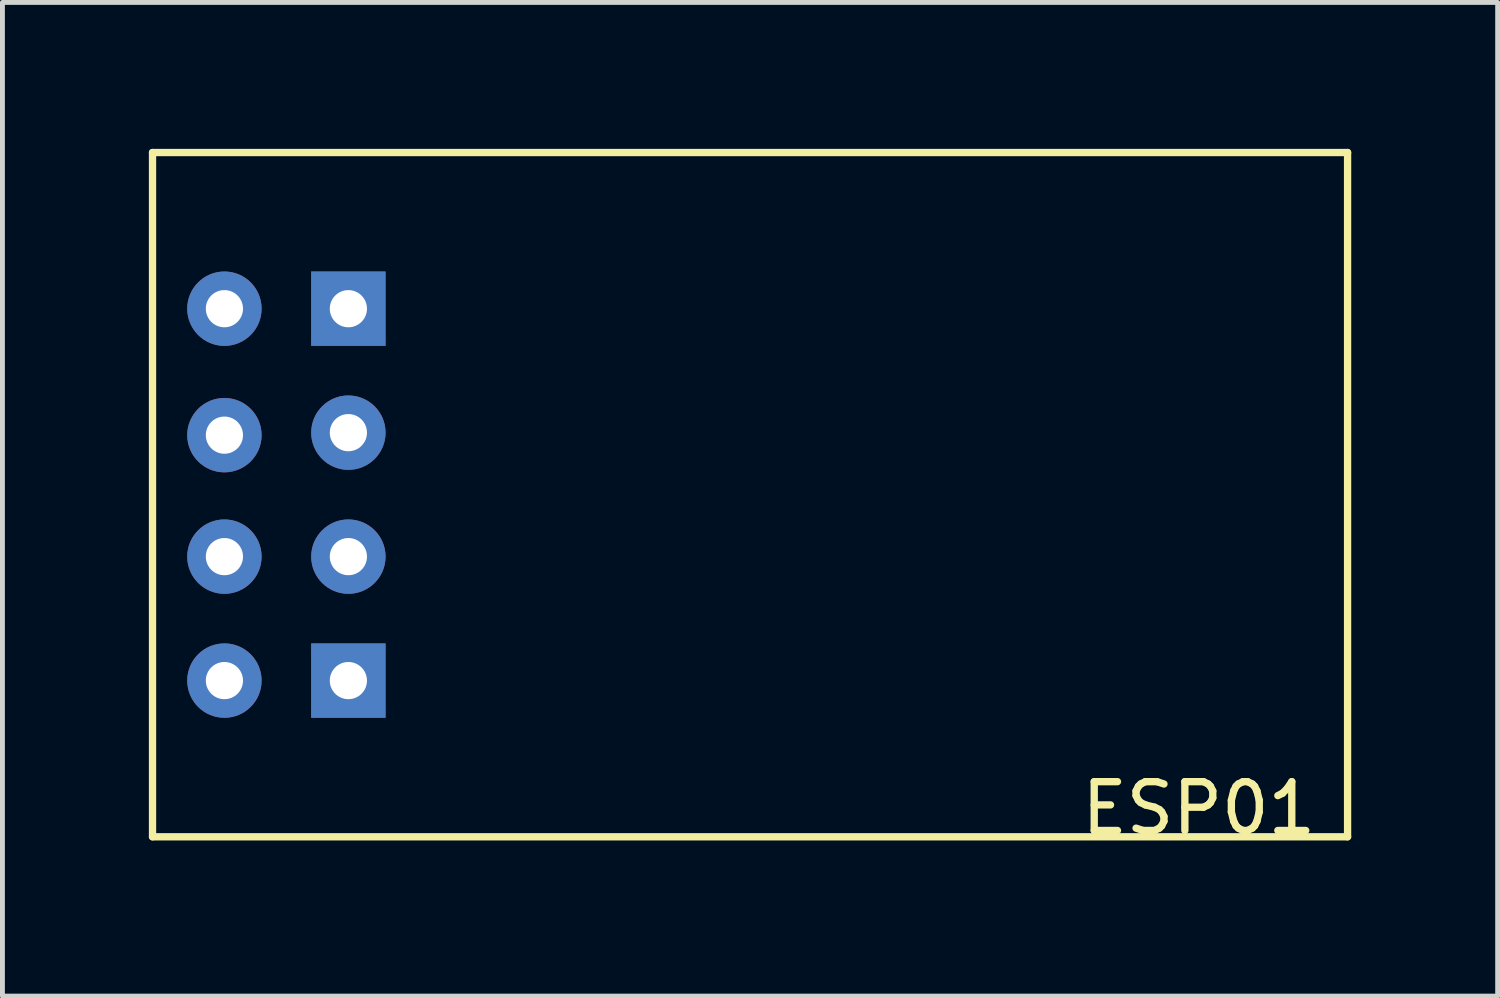
<source format=kicad_pcb>
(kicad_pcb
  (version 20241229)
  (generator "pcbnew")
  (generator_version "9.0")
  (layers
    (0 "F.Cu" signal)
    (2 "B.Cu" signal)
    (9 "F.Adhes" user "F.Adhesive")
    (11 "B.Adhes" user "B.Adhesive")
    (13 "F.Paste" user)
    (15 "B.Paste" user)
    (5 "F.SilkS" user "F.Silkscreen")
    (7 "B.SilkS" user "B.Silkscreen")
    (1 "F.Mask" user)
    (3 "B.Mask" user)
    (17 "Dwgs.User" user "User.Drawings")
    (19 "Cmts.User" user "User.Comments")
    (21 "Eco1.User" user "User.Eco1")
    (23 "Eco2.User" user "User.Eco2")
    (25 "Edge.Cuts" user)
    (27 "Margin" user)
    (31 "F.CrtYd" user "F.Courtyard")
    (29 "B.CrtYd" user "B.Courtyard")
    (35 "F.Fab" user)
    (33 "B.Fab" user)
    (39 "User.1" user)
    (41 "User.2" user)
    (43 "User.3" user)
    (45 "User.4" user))
  (footprint "ESP01"
    (layer "F.Cu")
    (at 12.318 7.085)
    (property "Reference" "ESP01" (at 9.195 6.426 0) (layer "F.SilkS") (effects (font (size 1 1) (thickness 0.15))))
    (attr through_hole)
    (fp_line (start -12.243 -7.01) (end 12.243 -7.01) (stroke (width 0.15) (type solid)) (layer "F.SilkS"))
    (fp_line (start -12.243 7.01) (end -12.243 -7.01) (stroke (width 0.15) (type solid)) (layer "F.SilkS"))
    (fp_line (start 12.243 -7.01) (end 12.243 7.01) (stroke (width 0.15) (type solid)) (layer "F.SilkS"))
    (fp_line (start 12.243 7.01) (end -12.243 7.01) (stroke (width 0.15) (type solid)) (layer "F.SilkS"))
    (pad "1" thru_hole rect (at -8.23 -3.81) (size 1.524 1.524) (drill 0.762) (layers "*.Cu" "*.Mask"))
    (pad "2" thru_hole circle (at -8.23 -1.27) (size 1.524 1.524) (drill 0.762) (layers "*.Cu" "*.Mask"))
    (pad "3" thru_hole circle (at -8.23 1.27) (size 1.524 1.524) (drill 0.762) (layers "*.Cu" "*.Mask"))
    (pad "4" thru_hole rect (at -8.23 3.81) (size 1.524 1.524) (drill 0.762) (layers "*.Cu" "*.Mask"))
    (pad "5" thru_hole circle (at -10.77 3.81) (size 1.524 1.524) (drill 0.762) (layers "*.Cu" "*.Mask"))
    (pad "6" thru_hole circle (at -10.77 1.27) (size 1.524 1.524) (drill 0.762) (layers "*.Cu" "*.Mask"))
    (pad "7" thru_hole circle (at -10.77 -1.219) (size 1.524 1.524) (drill 0.762) (layers "*.Cu" "*.Mask"))
    (pad "8" thru_hole circle (at -10.77 -3.81) (size 1.524 1.524) (drill 0.762) (layers "*.Cu" "*.Mask")))
  (gr_rect
    (start -3 -3)
    (end 27.636 17.36)
    (stroke (width 0.1) (type default))
    (fill no)
    (layer "Edge.Cuts")))
</source>
